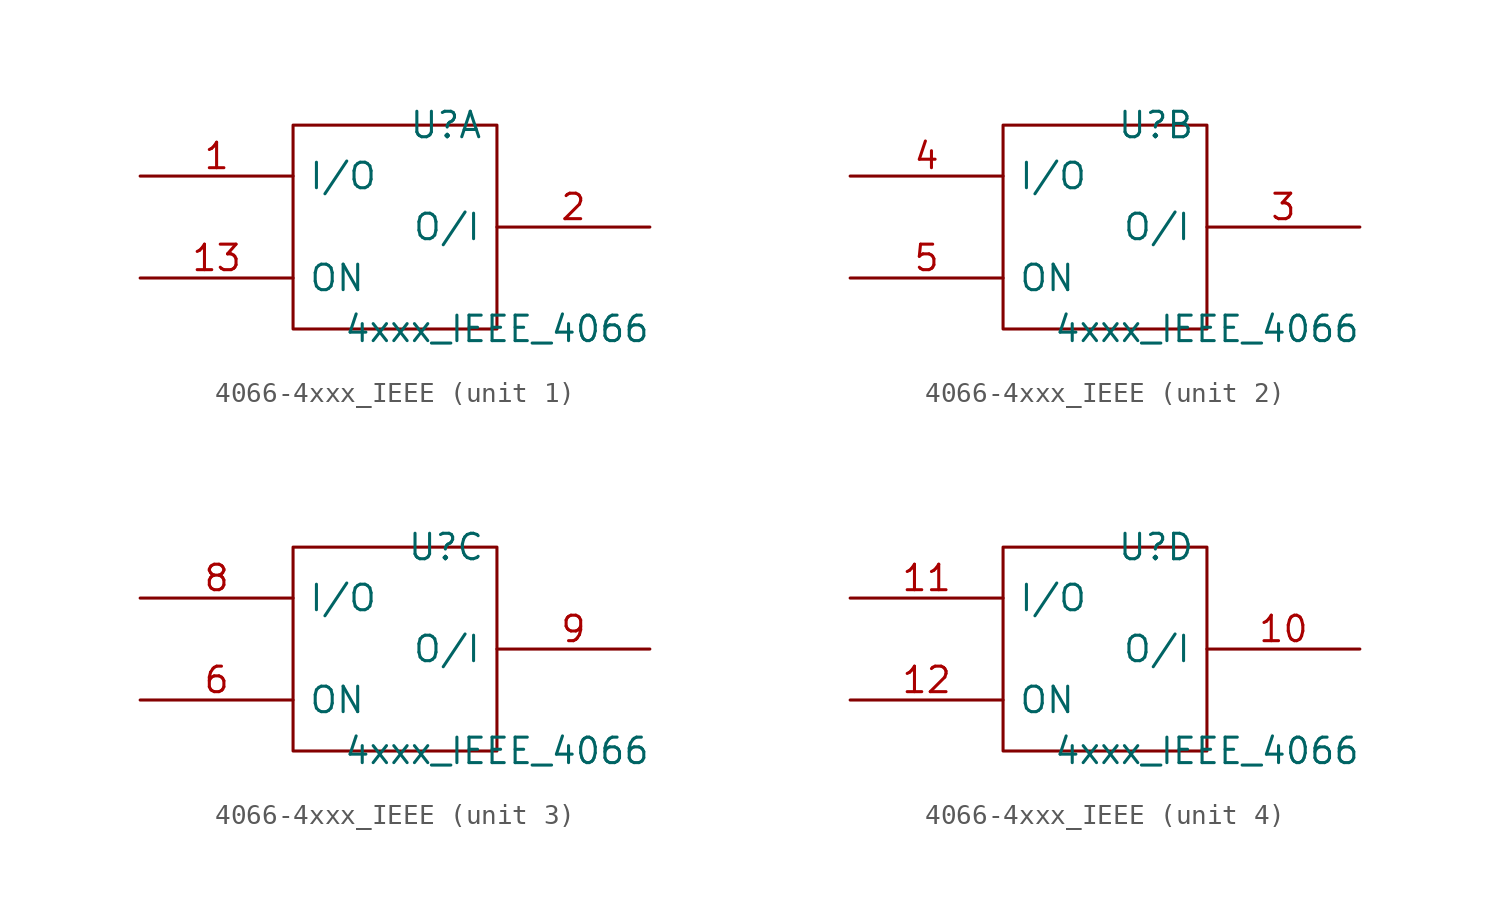
<source format=kicad_sym>
(kicad_symbol_lib
  (version 20231120)
  (generator "kicad_symbol_editor")
  (generator_version "8.0")
  (symbol "4066-4xxx_IEEE"
    (pin_names
      (offset 0.762))
    (property "Reference" "U"
      (at 2.54 5.08 0)
      (effects (font (size 1.27 1.27))))
    (property "Value" "4xxx_IEEE_4066"
      (at 5.08 -5.08 0)
      (effects (font (size 1.27 1.27))))
    (symbol "4066-4xxx_IEEE_0_1"
      (rectangle (start -5.08 5.08) (end 5.08 -5.08) (stroke (width 0) (type solid)) (fill (type none)))
      (pin power_in line (at 0 5.08 270) (length 0) hide (name "Vdd" (effects (font (size 1.27 1.27)))) (number "14" (effects (font (size 1.27 1.27)))))
      (pin power_in line (at 0 -5.08 90) (length 0) hide (name "Vss" (effects (font (size 1.27 1.27)))) (number "7" (effects (font (size 1.27 1.27))))))
    (symbol "4066-4xxx_IEEE_1_1"
      (pin passive line (at -12.7 2.54 0) (length 7.62) (name "I/O" (effects (font (size 1.27 1.27)))) (number "1" (effects (font (size 1.27 1.27)))))
      (pin input line (at -12.7 -2.54 0) (length 7.62) (name "ON" (effects (font (size 1.27 1.27)))) (number "13" (effects (font (size 1.27 1.27)))))
      (pin passive line (at 12.7 0 180) (length 7.62) (name "O/I" (effects (font (size 1.27 1.27)))) (number "2" (effects (font (size 1.27 1.27))))))
    (symbol "4066-4xxx_IEEE_2_1"
      (pin passive line (at 12.7 0 180) (length 7.62) (name "O/I" (effects (font (size 1.27 1.27)))) (number "3" (effects (font (size 1.27 1.27)))))
      (pin passive line (at -12.7 2.54 0) (length 7.62) (name "I/O" (effects (font (size 1.27 1.27)))) (number "4" (effects (font (size 1.27 1.27)))))
      (pin input line (at -12.7 -2.54 0) (length 7.62) (name "ON" (effects (font (size 1.27 1.27)))) (number "5" (effects (font (size 1.27 1.27))))))
    (symbol "4066-4xxx_IEEE_3_1"
      (pin input line (at -12.7 -2.54 0) (length 7.62) (name "ON" (effects (font (size 1.27 1.27)))) (number "6" (effects (font (size 1.27 1.27)))))
      (pin passive line (at -12.7 2.54 0) (length 7.62) (name "I/O" (effects (font (size 1.27 1.27)))) (number "8" (effects (font (size 1.27 1.27)))))
      (pin passive line (at 12.7 0 180) (length 7.62) (name "O/I" (effects (font (size 1.27 1.27)))) (number "9" (effects (font (size 1.27 1.27))))))
    (symbol "4066-4xxx_IEEE_4_1"
      (pin passive line (at 12.7 0 180) (length 7.62) (name "O/I" (effects (font (size 1.27 1.27)))) (number "10" (effects (font (size 1.27 1.27)))))
      (pin passive line (at -12.7 2.54 0) (length 7.62) (name "I/O" (effects (font (size 1.27 1.27)))) (number "11" (effects (font (size 1.27 1.27)))))
      (pin input line (at -12.7 -2.54 0) (length 7.62) (name "ON" (effects (font (size 1.27 1.27)))) (number "12" (effects (font (size 1.27 1.27))))))))
</source>
